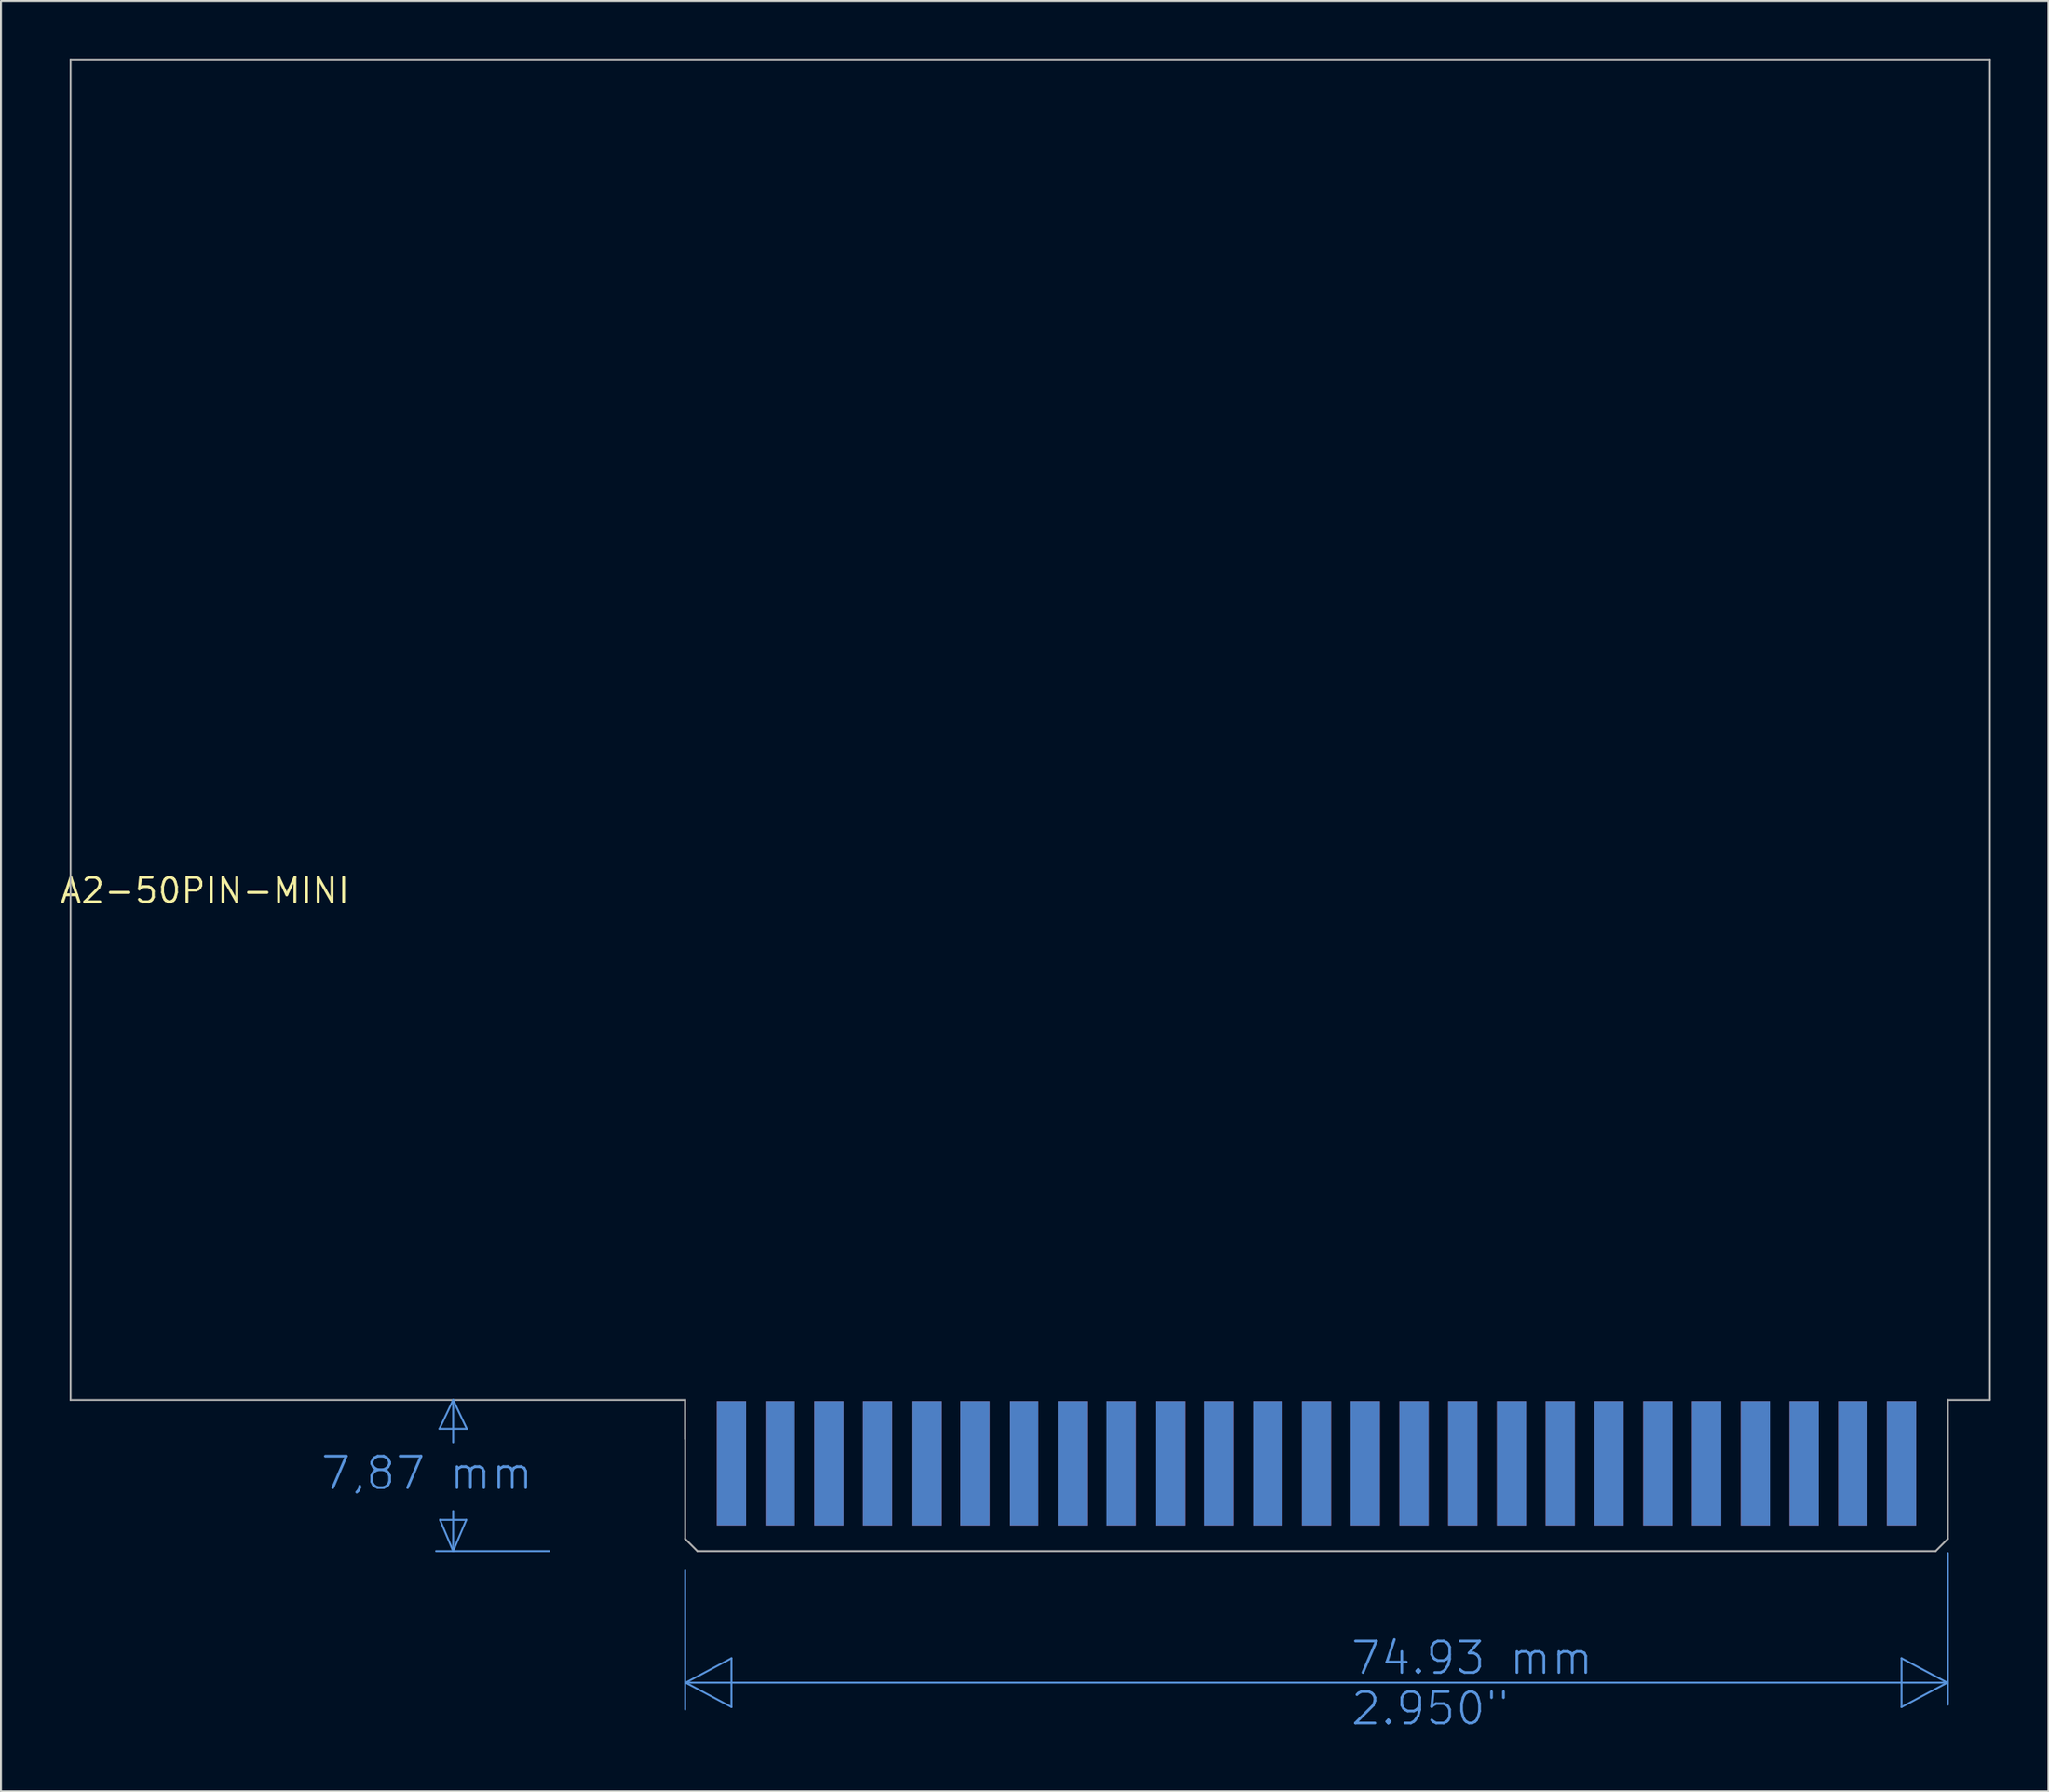
<source format=kicad_pcb>
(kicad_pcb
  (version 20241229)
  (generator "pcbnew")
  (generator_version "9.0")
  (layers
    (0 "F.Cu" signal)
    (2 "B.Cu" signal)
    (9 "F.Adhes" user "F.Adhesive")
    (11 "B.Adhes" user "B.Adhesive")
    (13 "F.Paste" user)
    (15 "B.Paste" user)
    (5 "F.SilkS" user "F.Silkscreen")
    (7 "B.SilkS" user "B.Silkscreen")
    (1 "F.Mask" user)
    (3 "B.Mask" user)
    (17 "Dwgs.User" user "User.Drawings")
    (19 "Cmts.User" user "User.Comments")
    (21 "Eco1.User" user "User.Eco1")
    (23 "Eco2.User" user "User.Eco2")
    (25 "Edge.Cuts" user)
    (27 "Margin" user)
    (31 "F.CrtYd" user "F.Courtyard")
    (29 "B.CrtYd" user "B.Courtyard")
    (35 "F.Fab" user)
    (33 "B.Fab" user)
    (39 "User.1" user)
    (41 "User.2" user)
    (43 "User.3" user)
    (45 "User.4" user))
  (footprint "A2-50PIN-MINI"
    (layer "F.Cu")
    (at 7.627 43.357)
    (property "Reference" "A2-50PIN-MINI" (at 0 0 0) (layer "F.SilkS") (effects (font (size 1.27 1.27) (thickness 0.15))))
    (fp_line (start 12.22 28.042) (end 13.643 28.042) (stroke (width 0.1) (type solid)) (layer "Cmts.User"))
    (fp_line (start 12.246 32.791) (end 12.932 34.417) (stroke (width 0.1) (type solid)) (layer "Cmts.User"))
    (fp_line (start 12.932 26.543) (end 12.22 28.042) (stroke (width 0.1) (type solid)) (layer "Cmts.User"))
    (fp_line (start 12.932 26.543) (end 12.932 28.753) (stroke (width 0.1) (type solid)) (layer "Cmts.User"))
    (fp_line (start 12.932 34.417) (end 12.043 34.417) (stroke (width 0.1) (type solid)) (layer "Cmts.User"))
    (fp_line (start 12.932 34.417) (end 12.932 32.334) (stroke (width 0.1) (type solid)) (layer "Cmts.User"))
    (fp_line (start 12.932 34.417) (end 13.617 32.791) (stroke (width 0.1) (type solid)) (layer "Cmts.User"))
    (fp_line (start 13.617 32.791) (end 12.246 32.791) (stroke (width 0.1) (type solid)) (layer "Cmts.User"))
    (fp_line (start 13.643 28.042) (end 12.932 26.543) (stroke (width 0.1) (type solid)) (layer "Cmts.User"))
    (fp_line (start 17.935 34.417) (end 12.932 34.417) (stroke (width 0.1) (type solid)) (layer "Cmts.User"))
    (fp_line (start 25.022 35.433) (end 25.022 42.672) (stroke (width 0.1) (type solid)) (layer "Cmts.User"))
    (fp_line (start 25.047 41.275) (end 27.435 40.005) (stroke (width 0.1) (type solid)) (layer "Cmts.User"))
    (fp_line (start 27.435 40.005) (end 27.435 42.545) (stroke (width 0.1) (type solid)) (layer "Cmts.User"))
    (fp_line (start 27.435 42.545) (end 25.047 41.275) (stroke (width 0.1) (type solid)) (layer "Cmts.User"))
    (fp_line (start 88.395 40.005) (end 88.395 42.545) (stroke (width 0.1) (type solid)) (layer "Cmts.User"))
    (fp_line (start 88.395 42.545) (end 90.783 41.275) (stroke (width 0.1) (type solid)) (layer "Cmts.User"))
    (fp_line (start 90.783 41.275) (end 25.047 41.275) (stroke (width 0.1) (type solid)) (layer "Cmts.User"))
    (fp_line (start 90.783 41.275) (end 88.395 40.005) (stroke (width 0.1) (type solid)) (layer "Cmts.User"))
    (fp_line (start 90.808 34.519) (end 90.808 42.418) (stroke (width 0.1) (type solid)) (layer "Cmts.User"))
    (fp_line (start -7 -43.307) (end -7 26.543) (stroke (width 0.1) (type solid)) (layer "F.Fab"))
    (fp_line (start 25.022 26.543) (end -7 26.543) (stroke (width 0.1) (type solid)) (layer "F.Fab"))
    (fp_line (start 25.022 26.543) (end 25.022 28.575) (stroke (width 0.1) (type solid)) (layer "F.Fab"))
    (fp_line (start 25.022 26.543) (end 25.022 33.782) (stroke (width 0.1) (type solid)) (layer "F.Fab"))
    (fp_line (start 25.657 34.417) (end 25.022 33.782) (stroke (width 0.1) (type solid)) (layer "F.Fab"))
    (fp_line (start 90.173 34.417) (end 25.657 34.417) (stroke (width 0.1) (type solid)) (layer "F.Fab"))
    (fp_line (start 90.808 26.543) (end 90.808 33.782) (stroke (width 0.1) (type solid)) (layer "F.Fab"))
    (fp_line (start 90.808 33.782) (end 90.173 34.417) (stroke (width 0.1) (type solid)) (layer "F.Fab"))
    (fp_line (start 93 -43.307) (end -7 -43.307) (stroke (width 0.1) (type solid)) (layer "F.Fab"))
    (fp_line (start 93 -43.307) (end 93 26.512) (stroke (width 0.1) (type solid)) (layer "F.Fab"))
    (fp_line (start 93 26.543) (end 90.808 26.543) (stroke (width 0.1) (type solid)) (layer "F.Fab"))
    (fp_text user "7,87 mm" (at 5.947 31.318 0) (unlocked yes) (layer "Cmts.User") (effects (font (size 1.636 1.636) (thickness 0.142)) (justify left bottom)))
    (fp_text user "74.93 mm\n2.950\"" (at 59.617 43.586 0) (unlocked yes) (layer "Cmts.User") (effects (font (size 1.636 1.636) (thickness 0.142)) (justify left bottom)))
    (pad "01" smd rect (at 27.435 29.845) (size 1.524 6.477) (layers "F.Cu" "F.Mask"))
    (pad "02" smd rect (at 29.975 29.845) (size 1.524 6.477) (layers "F.Cu" "F.Mask"))
    (pad "03" smd rect (at 32.515 29.845) (size 1.524 6.477) (layers "F.Cu" "F.Mask"))
    (pad "04" smd rect (at 35.055 29.845) (size 1.524 6.477) (layers "F.Cu" "F.Mask"))
    (pad "05" smd rect (at 37.595 29.845) (size 1.524 6.477) (layers "F.Cu" "F.Mask"))
    (pad "06" smd rect (at 40.135 29.845) (size 1.524 6.477) (layers "F.Cu" "F.Mask"))
    (pad "07" smd rect (at 42.675 29.845) (size 1.524 6.477) (layers "F.Cu" "F.Mask"))
    (pad "08" smd rect (at 45.215 29.845) (size 1.524 6.477) (layers "F.Cu" "F.Mask"))
    (pad "09" smd rect (at 47.755 29.845) (size 1.524 6.477) (layers "F.Cu" "F.Mask"))
    (pad "10" smd rect (at 50.295 29.845) (size 1.524 6.477) (layers "F.Cu" "F.Mask"))
    (pad "11" smd rect (at 52.835 29.845) (size 1.524 6.477) (layers "F.Cu" "F.Mask"))
    (pad "12" smd rect (at 55.375 29.845) (size 1.524 6.477) (layers "F.Cu" "F.Mask"))
    (pad "13" smd rect (at 57.915 29.845) (size 1.524 6.477) (layers "F.Cu" "F.Mask"))
    (pad "14" smd rect (at 60.455 29.845) (size 1.524 6.477) (layers "F.Cu" "F.Mask"))
    (pad "15" smd rect (at 62.995 29.845) (size 1.524 6.477) (layers "F.Cu" "F.Mask"))
    (pad "16" smd rect (at 65.535 29.845) (size 1.524 6.477) (layers "F.Cu" "F.Mask"))
    (pad "17" smd rect (at 68.075 29.845) (size 1.524 6.477) (layers "F.Cu" "F.Mask"))
    (pad "18" smd rect (at 70.615 29.845) (size 1.524 6.477) (layers "F.Cu" "F.Mask"))
    (pad "19" smd rect (at 73.155 29.845) (size 1.524 6.477) (layers "F.Cu" "F.Mask"))
    (pad "20" smd rect (at 75.695 29.845) (size 1.524 6.477) (layers "F.Cu" "F.Mask"))
    (pad "21" smd rect (at 78.235 29.845) (size 1.524 6.477) (layers "F.Cu" "F.Mask"))
    (pad "22" smd rect (at 80.775 29.845) (size 1.524 6.477) (layers "F.Cu" "F.Mask"))
    (pad "23" smd rect (at 83.315 29.845) (size 1.524 6.477) (layers "F.Cu" "F.Mask"))
    (pad "24" smd rect (at 85.855 29.845) (size 1.524 6.477) (layers "F.Cu" "F.Mask"))
    (pad "25" smd rect (at 88.395 29.845) (size 1.524 6.477) (layers "F.Cu" "F.Mask"))
    (pad "26" smd rect (at 88.395 29.845) (size 1.524 6.477) (layers "B.Cu" "B.Mask"))
    (pad "27" smd rect (at 85.855 29.845) (size 1.524 6.477) (layers "B.Cu" "B.Mask"))
    (pad "28" smd rect (at 83.315 29.845) (size 1.524 6.477) (layers "B.Cu" "B.Mask"))
    (pad "29" smd rect (at 80.775 29.845) (size 1.524 6.477) (layers "B.Cu" "B.Mask"))
    (pad "30" smd rect (at 78.235 29.845) (size 1.524 6.477) (layers "B.Cu" "B.Mask"))
    (pad "31" smd rect (at 75.695 29.845) (size 1.524 6.477) (layers "B.Cu" "B.Mask"))
    (pad "32" smd rect (at 73.155 29.845) (size 1.524 6.477) (layers "B.Cu" "B.Mask"))
    (pad "33" smd rect (at 70.615 29.845) (size 1.524 6.477) (layers "B.Cu" "B.Mask"))
    (pad "34" smd rect (at 68.075 29.845) (size 1.524 6.477) (layers "B.Cu" "B.Mask"))
    (pad "35" smd rect (at 65.535 29.845) (size 1.524 6.477) (layers "B.Cu" "B.Mask"))
    (pad "36" smd rect (at 62.995 29.845) (size 1.524 6.477) (layers "B.Cu" "B.Mask"))
    (pad "37" smd rect (at 60.455 29.845) (size 1.524 6.477) (layers "B.Cu" "B.Mask"))
    (pad "38" smd rect (at 57.915 29.845) (size 1.524 6.477) (layers "B.Cu" "B.Mask"))
    (pad "39" smd rect (at 55.375 29.845) (size 1.524 6.477) (layers "B.Cu" "B.Mask"))
    (pad "40" smd rect (at 52.835 29.845) (size 1.524 6.477) (layers "B.Cu" "B.Mask"))
    (pad "41" smd rect (at 50.295 29.845) (size 1.524 6.477) (layers "B.Cu" "B.Mask"))
    (pad "42" smd rect (at 47.755 29.845) (size 1.524 6.477) (layers "B.Cu" "B.Mask"))
    (pad "43" smd rect (at 45.215 29.845) (size 1.524 6.477) (layers "B.Cu" "B.Mask"))
    (pad "44" smd rect (at 42.675 29.845) (size 1.524 6.477) (layers "B.Cu" "B.Mask"))
    (pad "45" smd rect (at 40.135 29.845) (size 1.524 6.477) (layers "B.Cu" "B.Mask"))
    (pad "46" smd rect (at 37.595 29.845) (size 1.524 6.477) (layers "B.Cu" "B.Mask"))
    (pad "47" smd rect (at 35.055 29.845) (size 1.524 6.477) (layers "B.Cu" "B.Mask"))
    (pad "48" smd rect (at 32.515 29.845) (size 1.524 6.477) (layers "B.Cu" "B.Mask"))
    (pad "49" smd rect (at 29.975 29.845) (size 1.524 6.477) (layers "B.Cu" "B.Mask"))
    (pad "50" smd rect (at 27.435 29.845) (size 1.524 6.477) (layers "B.Cu" "B.Mask")))
  (gr_rect
    (start -3 -3)
    (end 103.677 90.294)
    (stroke (width 0.1) (type default))
    (fill no)
    (layer "Edge.Cuts")))
</source>
